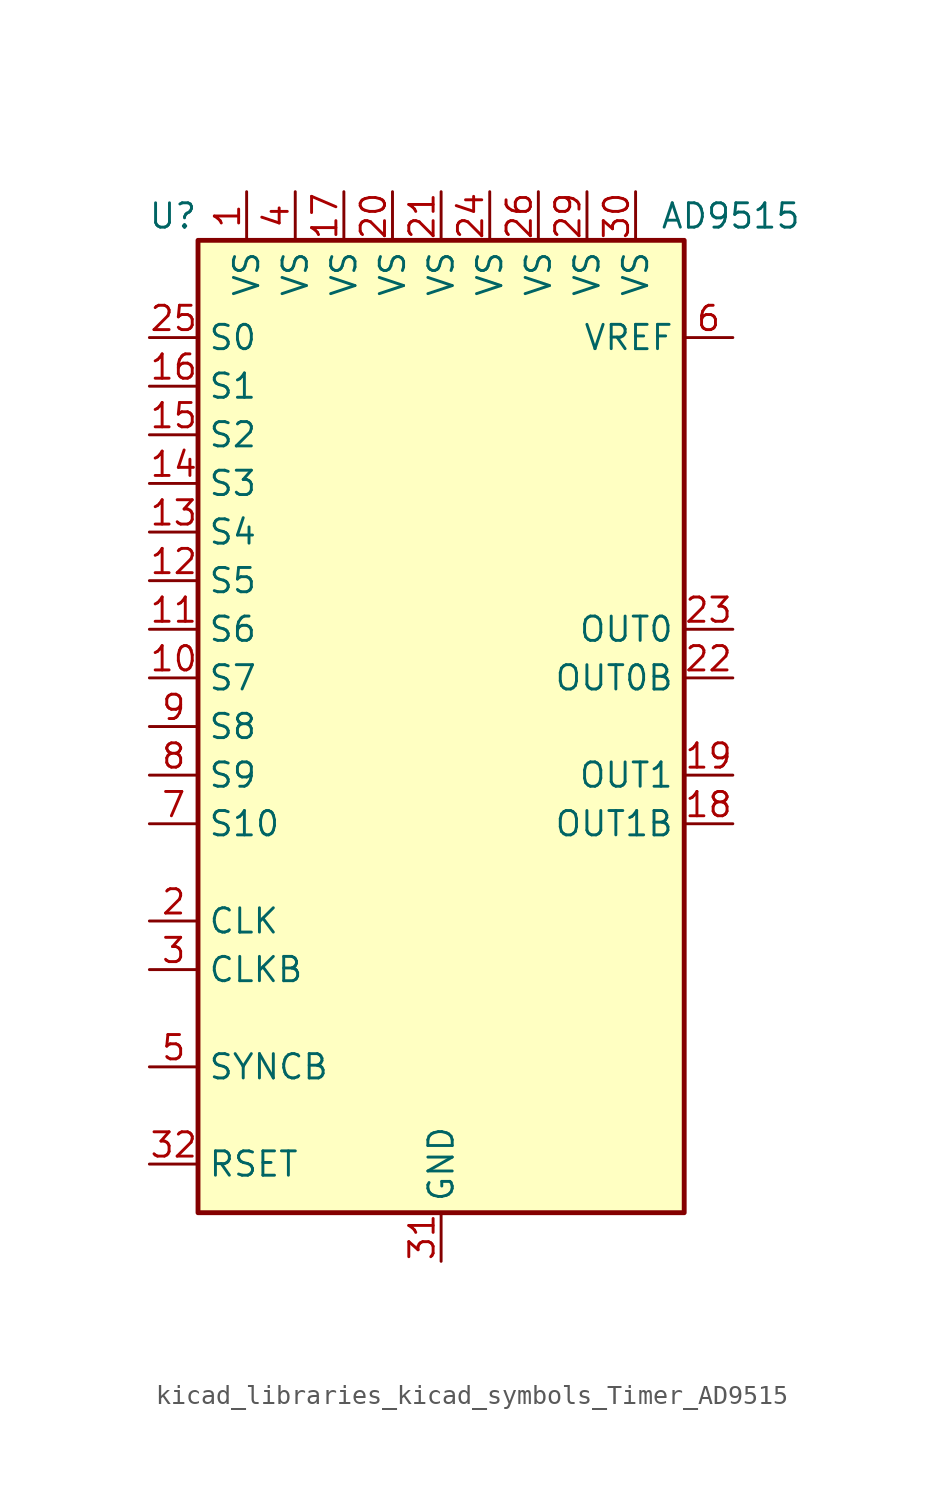
<source format=kicad_sym>
(kicad_symbol_lib
  (version 20220914)
  (generator kicad_symbol_editor)
  (symbol "kicad_libraries_kicad_symbols_Timer_AD9515"
    (property "Reference" "U"
      (at -12.7 26.67 0)
      (effects (font (size 1.27 1.27)) (justify right)))
    (property "Value" "AD9515"
      (at 11.43 26.67 0)
      (effects (font (size 1.27 1.27)) (justify left)))
    (symbol "kicad_libraries_kicad_symbols_Timer_AD9515_1_1"
      (rectangle (start -12.7 25.4) (end 12.7 -25.4) (stroke (width 0.254) (type default)) (fill (type background)))
      (pin power_in line (at -10.16 27.94 270) (length 2.54) (name "VS" (effects (font (size 1.27 1.27)))) (number "1" (effects (font (size 1.27 1.27)))))
      (pin input line (at -15.24 2.54 0) (length 2.54) (name "S7" (effects (font (size 1.27 1.27)))) (number "10" (effects (font (size 1.27 1.27)))))
      (pin input line (at -15.24 5.08 0) (length 2.54) (name "S6" (effects (font (size 1.27 1.27)))) (number "11" (effects (font (size 1.27 1.27)))))
      (pin input line (at -15.24 7.62 0) (length 2.54) (name "S5" (effects (font (size 1.27 1.27)))) (number "12" (effects (font (size 1.27 1.27)))))
      (pin input line (at -15.24 10.16 0) (length 2.54) (name "S4" (effects (font (size 1.27 1.27)))) (number "13" (effects (font (size 1.27 1.27)))))
      (pin input line (at -15.24 12.7 0) (length 2.54) (name "S3" (effects (font (size 1.27 1.27)))) (number "14" (effects (font (size 1.27 1.27)))))
      (pin input line (at -15.24 15.24 0) (length 2.54) (name "S2" (effects (font (size 1.27 1.27)))) (number "15" (effects (font (size 1.27 1.27)))))
      (pin input line (at -15.24 17.78 0) (length 2.54) (name "S1" (effects (font (size 1.27 1.27)))) (number "16" (effects (font (size 1.27 1.27)))))
      (pin power_in line (at -5.08 27.94 270) (length 2.54) (name "VS" (effects (font (size 1.27 1.27)))) (number "17" (effects (font (size 1.27 1.27)))))
      (pin output line (at 15.24 -5.08 180) (length 2.54) (name "OUT1B" (effects (font (size 1.27 1.27)))) (number "18" (effects (font (size 1.27 1.27)))))
      (pin output line (at 15.24 -2.54 180) (length 2.54) (name "OUT1" (effects (font (size 1.27 1.27)))) (number "19" (effects (font (size 1.27 1.27)))))
      (pin input line (at -15.24 -10.16 0) (length 2.54) (name "CLK" (effects (font (size 1.27 1.27)))) (number "2" (effects (font (size 1.27 1.27)))))
      (pin power_in line (at -2.54 27.94 270) (length 2.54) (name "VS" (effects (font (size 1.27 1.27)))) (number "20" (effects (font (size 1.27 1.27)))))
      (pin power_in line (at 0 27.94 270) (length 2.54) (name "VS" (effects (font (size 1.27 1.27)))) (number "21" (effects (font (size 1.27 1.27)))))
      (pin output line (at 15.24 2.54 180) (length 2.54) (name "OUT0B" (effects (font (size 1.27 1.27)))) (number "22" (effects (font (size 1.27 1.27)))))
      (pin output line (at 15.24 5.08 180) (length 2.54) (name "OUT0" (effects (font (size 1.27 1.27)))) (number "23" (effects (font (size 1.27 1.27)))))
      (pin power_in line (at 2.54 27.94 270) (length 2.54) (name "VS" (effects (font (size 1.27 1.27)))) (number "24" (effects (font (size 1.27 1.27)))))
      (pin input line (at -15.24 20.32 0) (length 2.54) (name "S0" (effects (font (size 1.27 1.27)))) (number "25" (effects (font (size 1.27 1.27)))))
      (pin power_in line (at 5.08 27.94 270) (length 2.54) (name "VS" (effects (font (size 1.27 1.27)))) (number "26" (effects (font (size 1.27 1.27)))))
      (pin no_connect line (at 12.7 10.16 180) (length 2.54) hide (name "NC" (effects (font (size 1.27 1.27)))) (number "27" (effects (font (size 1.27 1.27)))))
      (pin no_connect line (at 12.7 12.7 180) (length 2.54) hide (name "NC" (effects (font (size 1.27 1.27)))) (number "28" (effects (font (size 1.27 1.27)))))
      (pin power_in line (at 7.62 27.94 270) (length 2.54) (name "VS" (effects (font (size 1.27 1.27)))) (number "29" (effects (font (size 1.27 1.27)))))
      (pin input line (at -15.24 -12.7 0) (length 2.54) (name "CLKB" (effects (font (size 1.27 1.27)))) (number "3" (effects (font (size 1.27 1.27)))))
      (pin power_in line (at 10.16 27.94 270) (length 2.54) (name "VS" (effects (font (size 1.27 1.27)))) (number "30" (effects (font (size 1.27 1.27)))))
      (pin power_in line (at 0 -27.94 90) (length 2.54) (name "GND" (effects (font (size 1.27 1.27)))) (number "31" (effects (font (size 1.27 1.27)))))
      (pin passive line (at -15.24 -22.86 0) (length 2.54) (name "RSET" (effects (font (size 1.27 1.27)))) (number "32" (effects (font (size 1.27 1.27)))))
      (pin passive line (at 0 -27.94 90) (length 2.54) hide (name "GND" (effects (font (size 1.27 1.27)))) (number "33" (effects (font (size 1.27 1.27)))))
      (pin power_in line (at -7.62 27.94 270) (length 2.54) (name "VS" (effects (font (size 1.27 1.27)))) (number "4" (effects (font (size 1.27 1.27)))))
      (pin input line (at -15.24 -17.78 0) (length 2.54) (name "SYNCB" (effects (font (size 1.27 1.27)))) (number "5" (effects (font (size 1.27 1.27)))))
      (pin power_out line (at 15.24 20.32 180) (length 2.54) (name "VREF" (effects (font (size 1.27 1.27)))) (number "6" (effects (font (size 1.27 1.27)))))
      (pin input line (at -15.24 -5.08 0) (length 2.54) (name "S10" (effects (font (size 1.27 1.27)))) (number "7" (effects (font (size 1.27 1.27)))))
      (pin input line (at -15.24 -2.54 0) (length 2.54) (name "S9" (effects (font (size 1.27 1.27)))) (number "8" (effects (font (size 1.27 1.27)))))
      (pin input line (at -15.24 0 0) (length 2.54) (name "S8" (effects (font (size 1.27 1.27)))) (number "9" (effects (font (size 1.27 1.27))))))))
</source>
